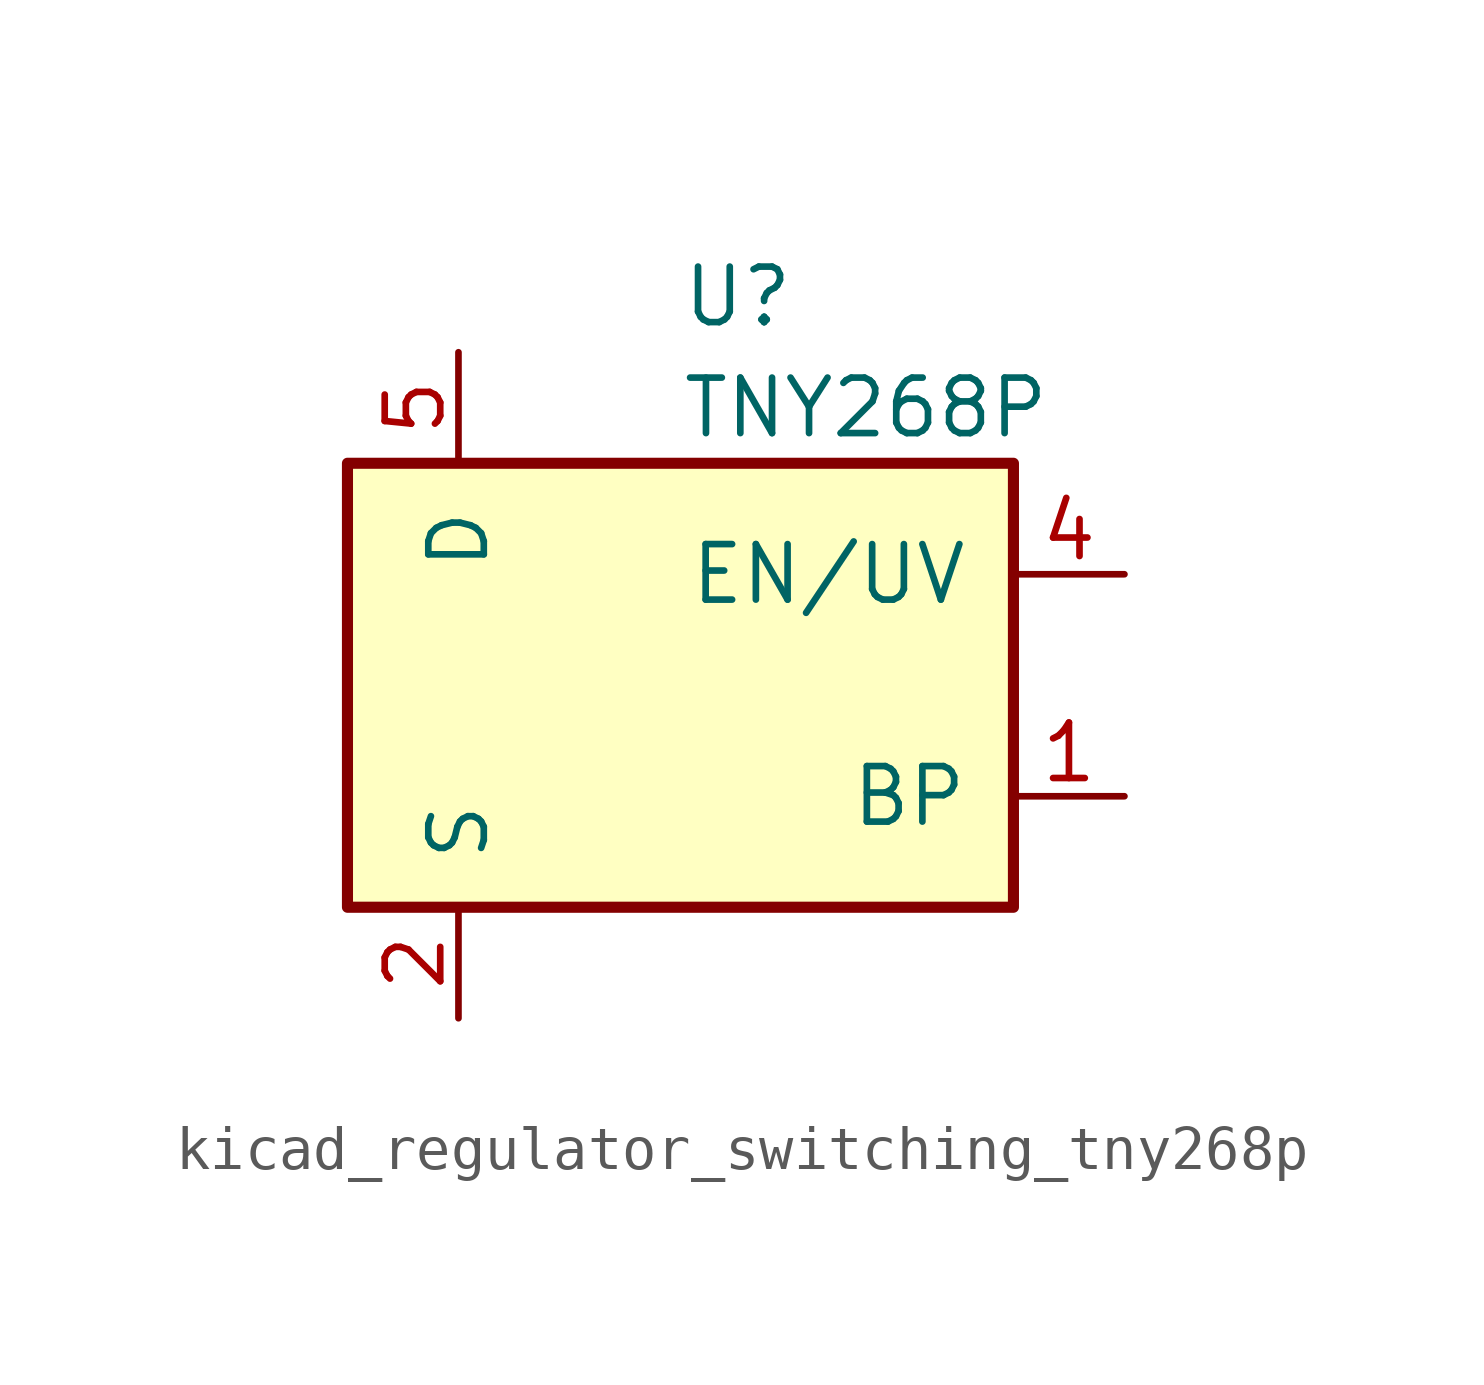
<source format=kicad_sym>
(kicad_symbol_lib
  (version 20220914)
  (generator kicad_symbol_editor)
  (symbol "kicad_regulator_switching_tny268p"
    (pin_names
      (offset 1.016))
    (property "Reference" "U"
      (at 0 8.89 0)
      (effects (font (size 1.27 1.27)) (justify left)))
    (property "Value" "TNY268P"
      (at 0 6.35 0)
      (effects (font (size 1.27 1.27)) (justify left)))
    (symbol "kicad_regulator_switching_tny268p_0_1"
      (rectangle (start -7.62 5.08) (end 7.62 -5.08) (stroke (width 0.254) (type default)) (fill (type background))))
    (symbol "kicad_regulator_switching_tny268p_1_1"
      (pin input line (at 10.16 -2.54 180) (length 2.54) (name "BP" (effects (font (size 1.27 1.27)))) (number "1" (effects (font (size 1.27 1.27)))))
      (pin power_in line (at -5.08 -7.62 90) (length 2.54) (name "S" (effects (font (size 1.27 1.27)))) (number "2" (effects (font (size 1.27 1.27)))))
      (pin passive line (at -5.08 -7.62 90) (length 2.54) hide (name "S" (effects (font (size 1.27 1.27)))) (number "3" (effects (font (size 1.27 1.27)))))
      (pin input line (at 10.16 2.54 180) (length 2.54) (name "EN/UV" (effects (font (size 1.27 1.27)))) (number "4" (effects (font (size 1.27 1.27)))))
      (pin open_collector line (at -5.08 7.62 270) (length 2.54) (name "D" (effects (font (size 1.27 1.27)))) (number "5" (effects (font (size 1.27 1.27)))))
      (pin passive line (at -5.08 -7.62 90) (length 2.54) hide (name "S" (effects (font (size 1.27 1.27)))) (number "7" (effects (font (size 1.27 1.27)))))
      (pin passive line (at -5.08 -7.62 90) (length 2.54) hide (name "S" (effects (font (size 1.27 1.27)))) (number "8" (effects (font (size 1.27 1.27))))))))
</source>
